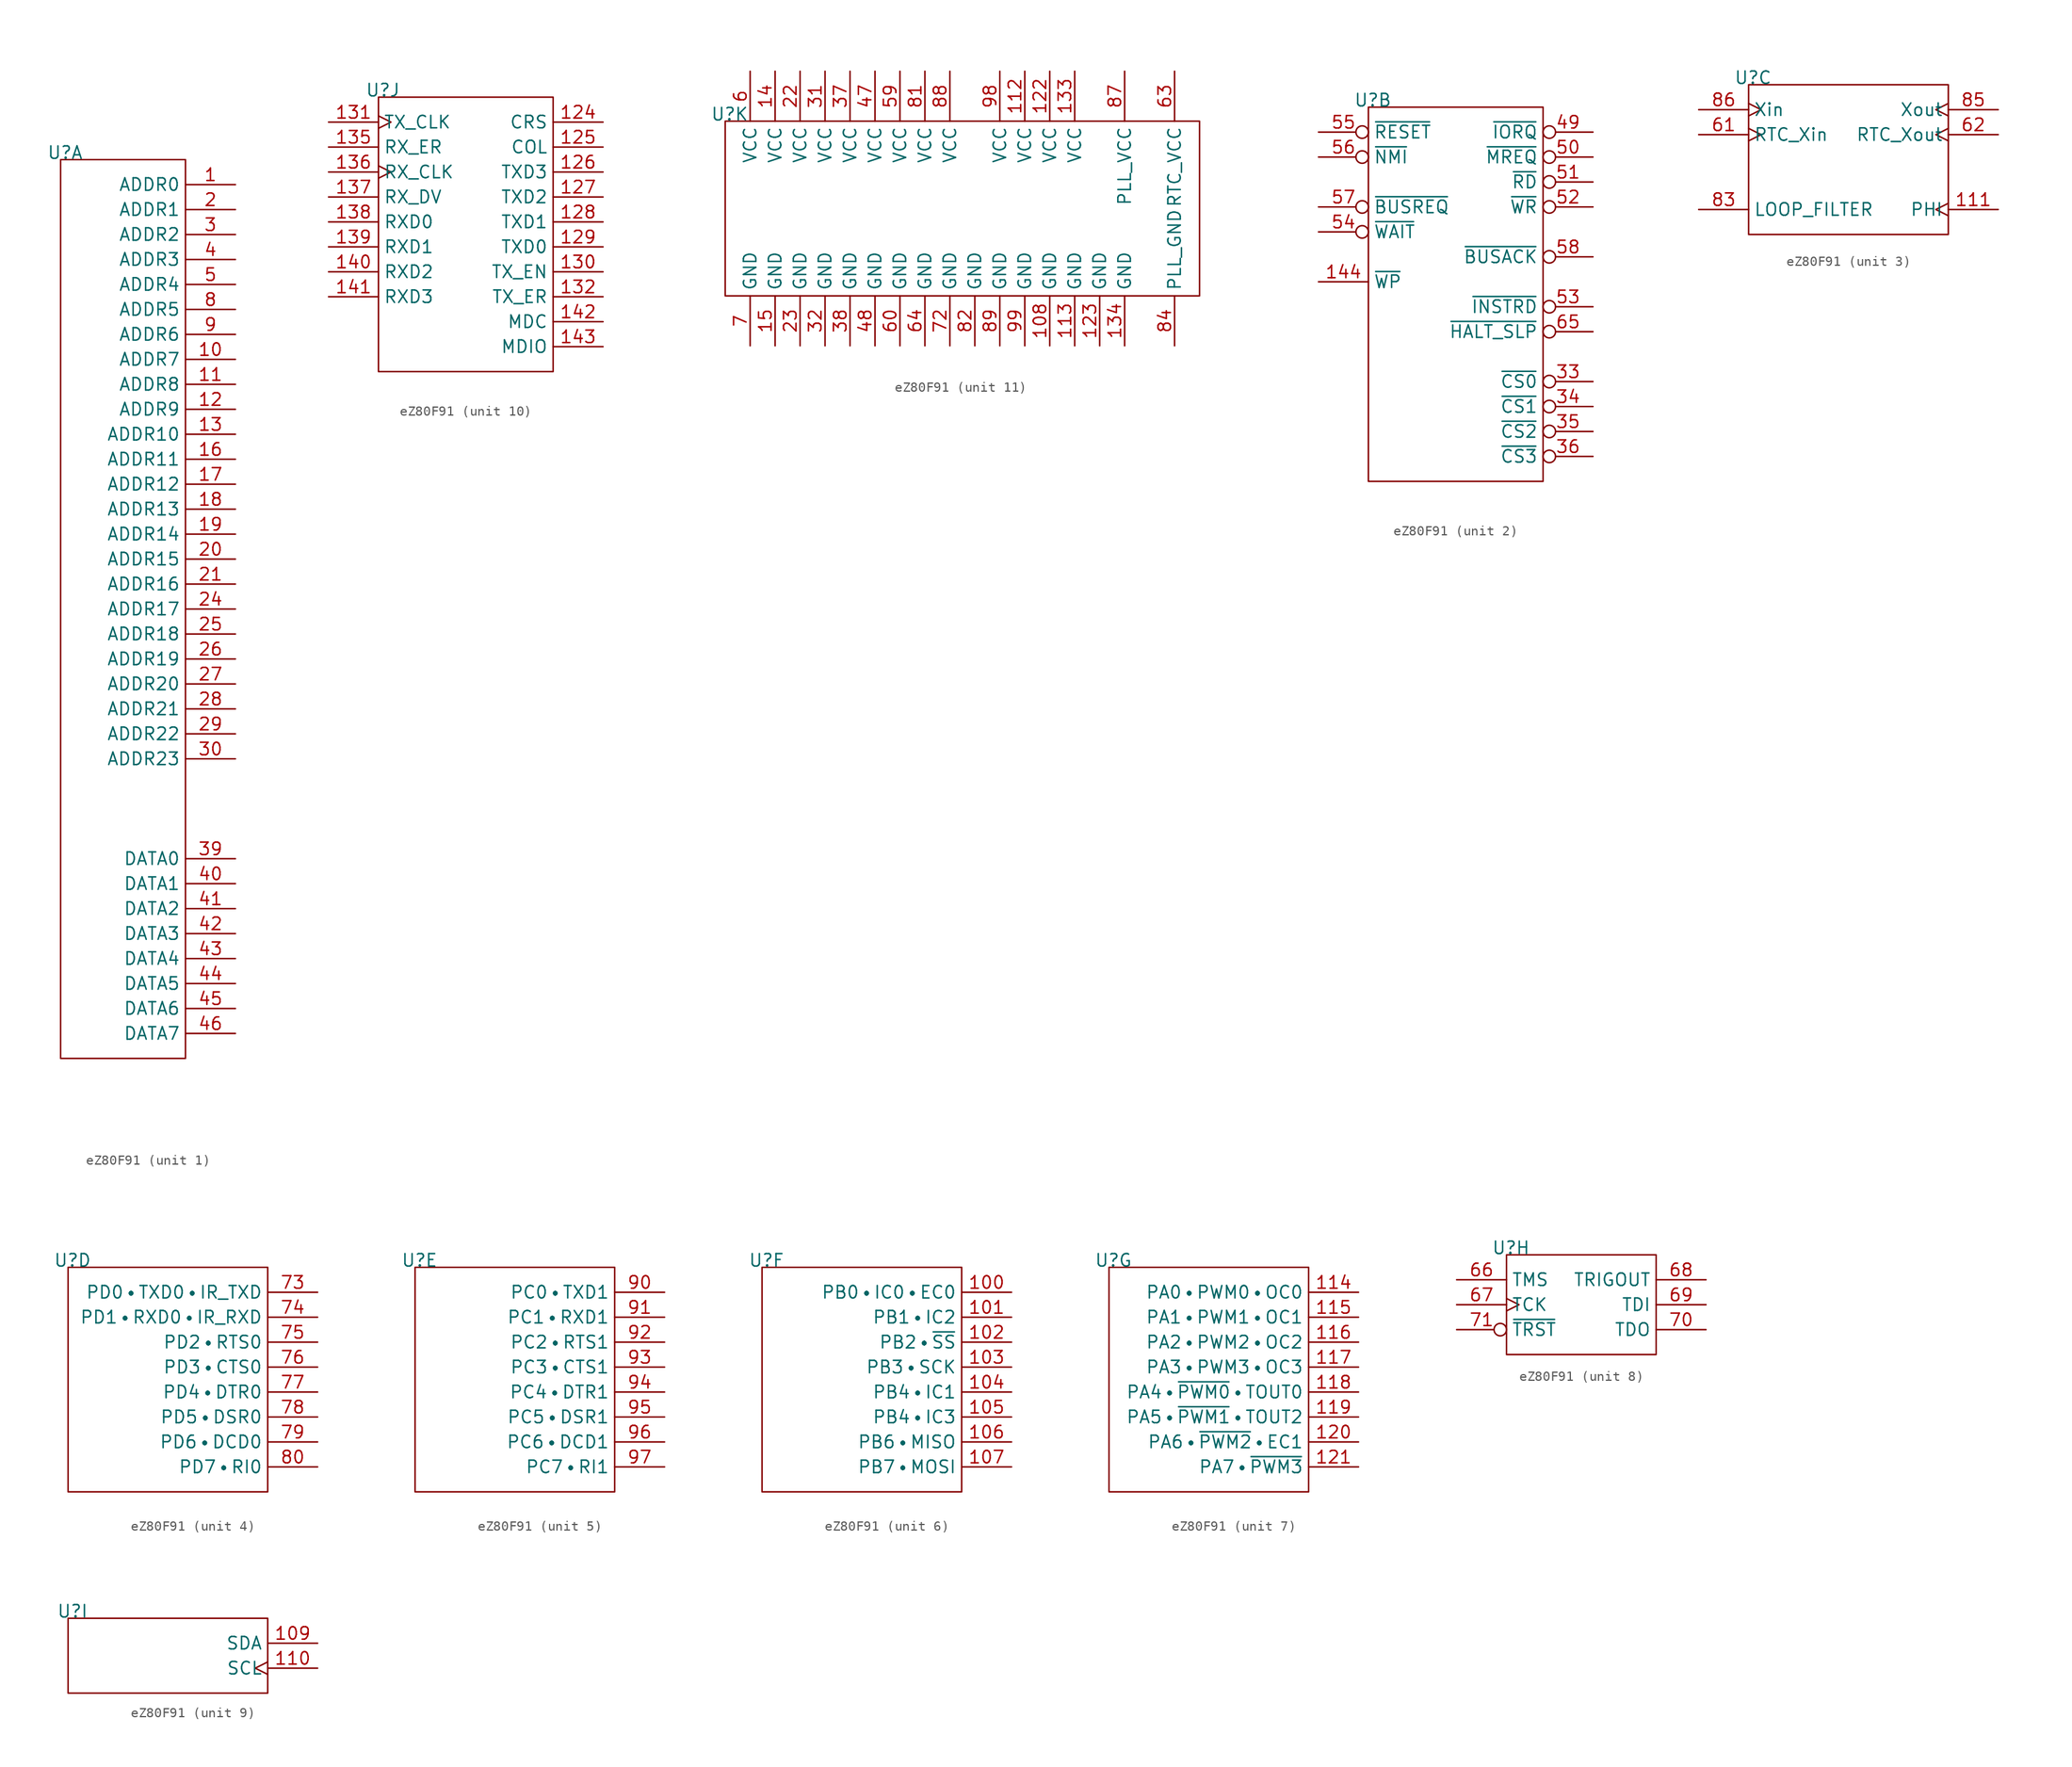
<source format=kicad_sym>
(kicad_symbol_lib
  (version 20220914)
  (generator kicad_symbol_editor)
  (symbol "eZ80F91"
    (property "Reference" "U"
      (at 0.453 0.71 0)
      (effects (font (size 1.27 1.27))))
    (property "Value" ""
      (at 2.54 2.54 0)
      (effects (font (size 1.27 1.27))))
    (property "ki_locked" ""
      (at 0 0 0)
      (effects (font (size 1.27 1.27))))
    (symbol "eZ80F91_1_1"
      (rectangle (start 0 0) (end 12.7 -91.44) (stroke (width 0) (type default)) (fill (type none)))
      (pin bidirectional line (at 17.78 -2.54 180) (length 5.08) (name "ADDR0" (effects (font (size 1.27 1.27)))) (number "1" (effects (font (size 1.27 1.27)))))
      (pin bidirectional line (at 17.78 -20.32 180) (length 5.08) (name "ADDR7" (effects (font (size 1.27 1.27)))) (number "10" (effects (font (size 1.27 1.27)))))
      (pin bidirectional line (at 17.78 -22.86 180) (length 5.08) (name "ADDR8" (effects (font (size 1.27 1.27)))) (number "11" (effects (font (size 1.27 1.27)))))
      (pin bidirectional line (at 17.78 -25.4 180) (length 5.08) (name "ADDR9" (effects (font (size 1.27 1.27)))) (number "12" (effects (font (size 1.27 1.27)))))
      (pin bidirectional line (at 17.78 -27.94 180) (length 5.08) (name "ADDR10" (effects (font (size 1.27 1.27)))) (number "13" (effects (font (size 1.27 1.27)))))
      (pin bidirectional line (at 17.78 -30.48 180) (length 5.08) (name "ADDR11" (effects (font (size 1.27 1.27)))) (number "16" (effects (font (size 1.27 1.27)))))
      (pin bidirectional line (at 17.78 -33.02 180) (length 5.08) (name "ADDR12" (effects (font (size 1.27 1.27)))) (number "17" (effects (font (size 1.27 1.27)))))
      (pin bidirectional line (at 17.78 -35.56 180) (length 5.08) (name "ADDR13" (effects (font (size 1.27 1.27)))) (number "18" (effects (font (size 1.27 1.27)))))
      (pin bidirectional line (at 17.78 -38.1 180) (length 5.08) (name "ADDR14" (effects (font (size 1.27 1.27)))) (number "19" (effects (font (size 1.27 1.27)))))
      (pin bidirectional line (at 17.78 -5.08 180) (length 5.08) (name "ADDR1" (effects (font (size 1.27 1.27)))) (number "2" (effects (font (size 1.27 1.27)))))
      (pin bidirectional line (at 17.78 -40.64 180) (length 5.08) (name "ADDR15" (effects (font (size 1.27 1.27)))) (number "20" (effects (font (size 1.27 1.27)))))
      (pin bidirectional line (at 17.78 -43.18 180) (length 5.08) (name "ADDR16" (effects (font (size 1.27 1.27)))) (number "21" (effects (font (size 1.27 1.27)))))
      (pin bidirectional line (at 17.78 -45.72 180) (length 5.08) (name "ADDR17" (effects (font (size 1.27 1.27)))) (number "24" (effects (font (size 1.27 1.27)))))
      (pin bidirectional line (at 17.78 -48.26 180) (length 5.08) (name "ADDR18" (effects (font (size 1.27 1.27)))) (number "25" (effects (font (size 1.27 1.27)))))
      (pin bidirectional line (at 17.78 -50.8 180) (length 5.08) (name "ADDR19" (effects (font (size 1.27 1.27)))) (number "26" (effects (font (size 1.27 1.27)))))
      (pin bidirectional line (at 17.78 -53.34 180) (length 5.08) (name "ADDR20" (effects (font (size 1.27 1.27)))) (number "27" (effects (font (size 1.27 1.27)))))
      (pin bidirectional line (at 17.78 -55.88 180) (length 5.08) (name "ADDR21" (effects (font (size 1.27 1.27)))) (number "28" (effects (font (size 1.27 1.27)))))
      (pin bidirectional line (at 17.78 -58.42 180) (length 5.08) (name "ADDR22" (effects (font (size 1.27 1.27)))) (number "29" (effects (font (size 1.27 1.27)))))
      (pin bidirectional line (at 17.78 -7.62 180) (length 5.08) (name "ADDR2" (effects (font (size 1.27 1.27)))) (number "3" (effects (font (size 1.27 1.27)))))
      (pin bidirectional line (at 17.78 -60.96 180) (length 5.08) (name "ADDR23" (effects (font (size 1.27 1.27)))) (number "30" (effects (font (size 1.27 1.27)))))
      (pin bidirectional line (at 17.78 -71.12 180) (length 5.08) (name "DATA0" (effects (font (size 1.27 1.27)))) (number "39" (effects (font (size 1.27 1.27)))))
      (pin bidirectional line (at 17.78 -10.16 180) (length 5.08) (name "ADDR3" (effects (font (size 1.27 1.27)))) (number "4" (effects (font (size 1.27 1.27)))))
      (pin bidirectional line (at 17.78 -73.66 180) (length 5.08) (name "DATA1" (effects (font (size 1.27 1.27)))) (number "40" (effects (font (size 1.27 1.27)))))
      (pin bidirectional line (at 17.78 -76.2 180) (length 5.08) (name "DATA2" (effects (font (size 1.27 1.27)))) (number "41" (effects (font (size 1.27 1.27)))))
      (pin bidirectional line (at 17.78 -78.74 180) (length 5.08) (name "DATA3" (effects (font (size 1.27 1.27)))) (number "42" (effects (font (size 1.27 1.27)))))
      (pin bidirectional line (at 17.78 -81.28 180) (length 5.08) (name "DATA4" (effects (font (size 1.27 1.27)))) (number "43" (effects (font (size 1.27 1.27)))))
      (pin bidirectional line (at 17.78 -83.82 180) (length 5.08) (name "DATA5" (effects (font (size 1.27 1.27)))) (number "44" (effects (font (size 1.27 1.27)))))
      (pin bidirectional line (at 17.78 -86.36 180) (length 5.08) (name "DATA6" (effects (font (size 1.27 1.27)))) (number "45" (effects (font (size 1.27 1.27)))))
      (pin bidirectional line (at 17.78 -88.9 180) (length 5.08) (name "DATA7" (effects (font (size 1.27 1.27)))) (number "46" (effects (font (size 1.27 1.27)))))
      (pin bidirectional line (at 17.78 -12.7 180) (length 5.08) (name "ADDR4" (effects (font (size 1.27 1.27)))) (number "5" (effects (font (size 1.27 1.27)))))
      (pin bidirectional line (at 17.78 -15.24 180) (length 5.08) (name "ADDR5" (effects (font (size 1.27 1.27)))) (number "8" (effects (font (size 1.27 1.27)))))
      (pin bidirectional line (at 17.78 -17.78 180) (length 5.08) (name "ADDR6" (effects (font (size 1.27 1.27)))) (number "9" (effects (font (size 1.27 1.27))))))
    (symbol "eZ80F91_2_1"
      (rectangle (start 0 0) (end 17.78 -38.1) (stroke (width 0) (type default)) (fill (type none)))
      (pin input line (at -5.08 -17.78 0) (length 5.08) (name "~{WP}" (effects (font (size 1.27 1.27)))) (number "144" (effects (font (size 1.27 1.27)))))
      (pin output inverted (at 22.86 -27.94 180) (length 5.08) (name "~{CS0}" (effects (font (size 1.27 1.27)))) (number "33" (effects (font (size 1.27 1.27)))))
      (pin output inverted (at 22.86 -30.48 180) (length 5.08) (name "~{CS1}" (effects (font (size 1.27 1.27)))) (number "34" (effects (font (size 1.27 1.27)))))
      (pin output inverted (at 22.86 -33.02 180) (length 5.08) (name "~{CS2}" (effects (font (size 1.27 1.27)))) (number "35" (effects (font (size 1.27 1.27)))))
      (pin output inverted (at 22.86 -35.56 180) (length 5.08) (name "~{CS3}" (effects (font (size 1.27 1.27)))) (number "36" (effects (font (size 1.27 1.27)))))
      (pin bidirectional inverted (at 22.86 -2.54 180) (length 5.08) (name "~{IORQ}" (effects (font (size 1.27 1.27)))) (number "49" (effects (font (size 1.27 1.27)))))
      (pin bidirectional inverted (at 22.86 -5.08 180) (length 5.08) (name "~{MREQ}" (effects (font (size 1.27 1.27)))) (number "50" (effects (font (size 1.27 1.27)))))
      (pin bidirectional inverted (at 22.86 -7.62 180) (length 5.08) (name "~{RD}" (effects (font (size 1.27 1.27)))) (number "51" (effects (font (size 1.27 1.27)))))
      (pin bidirectional inverted (at 22.86 -10.16 180) (length 5.08) (name "~{WR}" (effects (font (size 1.27 1.27)))) (number "52" (effects (font (size 1.27 1.27)))))
      (pin output inverted (at 22.86 -20.32 180) (length 5.08) (name "~{INSTRD}" (effects (font (size 1.27 1.27)))) (number "53" (effects (font (size 1.27 1.27)))))
      (pin input inverted (at -5.08 -12.7 0) (length 5.08) (name "~{WAIT}" (effects (font (size 1.27 1.27)))) (number "54" (effects (font (size 1.27 1.27)))))
      (pin bidirectional inverted (at -5.08 -2.54 0) (length 5.08) (name "~{RESET}" (effects (font (size 1.27 1.27)))) (number "55" (effects (font (size 1.27 1.27)))))
      (pin input inverted (at -5.08 -5.08 0) (length 5.08) (name "~{NMI}" (effects (font (size 1.27 1.27)))) (number "56" (effects (font (size 1.27 1.27)))))
      (pin input inverted (at -5.08 -10.16 0) (length 5.08) (name "~{BUSREQ}" (effects (font (size 1.27 1.27)))) (number "57" (effects (font (size 1.27 1.27)))))
      (pin output inverted (at 22.86 -15.24 180) (length 5.08) (name "~{BUSACK}" (effects (font (size 1.27 1.27)))) (number "58" (effects (font (size 1.27 1.27)))))
      (pin output inverted (at 22.86 -22.86 180) (length 5.08) (name "~{HALT_SLP}" (effects (font (size 1.27 1.27)))) (number "65" (effects (font (size 1.27 1.27))))))
    (symbol "eZ80F91_3_1"
      (rectangle (start 0 0) (end 20.32 -15.24) (stroke (width 0) (type default)) (fill (type none)))
      (pin output clock (at 25.4 -12.7 180) (length 5.08) (name "PHI" (effects (font (size 1.27 1.27)))) (number "111" (effects (font (size 1.27 1.27)))))
      (pin input clock (at -5.08 -5.08 0) (length 5.08) (name "RTC_Xin" (effects (font (size 1.27 1.27)))) (number "61" (effects (font (size 1.27 1.27)))))
      (pin bidirectional clock (at 25.4 -5.08 180) (length 5.08) (name "RTC_Xout" (effects (font (size 1.27 1.27)))) (number "62" (effects (font (size 1.27 1.27)))))
      (pin unspecified line (at -5.08 -12.7 0) (length 5.08) (name "LOOP_FILTER" (effects (font (size 1.27 1.27)))) (number "83" (effects (font (size 1.27 1.27)))))
      (pin output clock (at 25.4 -2.54 180) (length 5.08) (name "Xout" (effects (font (size 1.27 1.27)))) (number "85" (effects (font (size 1.27 1.27)))))
      (pin input clock (at -5.08 -2.54 0) (length 5.08) (name "Xin" (effects (font (size 1.27 1.27)))) (number "86" (effects (font (size 1.27 1.27))))))
    (symbol "eZ80F91_4_1"
      (rectangle (start 0 0) (end 20.32 -22.86) (stroke (width 0) (type default)) (fill (type none)))
      (pin bidirectional line (at 25.4 -2.54 180) (length 5.08) (name "PD0•TXD0•IR_TXD" (effects (font (size 1.27 1.27)))) (number "73" (effects (font (size 1.27 1.27)))))
      (pin bidirectional line (at 25.4 -5.08 180) (length 5.08) (name "PD1•RXD0•IR_RXD" (effects (font (size 1.27 1.27)))) (number "74" (effects (font (size 1.27 1.27)))))
      (pin bidirectional line (at 25.4 -7.62 180) (length 5.08) (name "PD2•RTS0" (effects (font (size 1.27 1.27)))) (number "75" (effects (font (size 1.27 1.27)))))
      (pin bidirectional line (at 25.4 -10.16 180) (length 5.08) (name "PD3•CTS0" (effects (font (size 1.27 1.27)))) (number "76" (effects (font (size 1.27 1.27)))))
      (pin bidirectional line (at 25.4 -12.7 180) (length 5.08) (name "PD4•DTR0" (effects (font (size 1.27 1.27)))) (number "77" (effects (font (size 1.27 1.27)))))
      (pin bidirectional line (at 25.4 -15.24 180) (length 5.08) (name "PD5•DSR0" (effects (font (size 1.27 1.27)))) (number "78" (effects (font (size 1.27 1.27)))))
      (pin bidirectional line (at 25.4 -17.78 180) (length 5.08) (name "PD6•DCD0" (effects (font (size 1.27 1.27)))) (number "79" (effects (font (size 1.27 1.27)))))
      (pin bidirectional line (at 25.4 -20.32 180) (length 5.08) (name "PD7•RI0" (effects (font (size 1.27 1.27)))) (number "80" (effects (font (size 1.27 1.27))))))
    (symbol "eZ80F91_5_1"
      (rectangle (start 0 0) (end 20.32 -22.86) (stroke (width 0) (type default)) (fill (type none)))
      (pin bidirectional line (at 25.4 -2.54 180) (length 5.08) (name "PC0•TXD1" (effects (font (size 1.27 1.27)))) (number "90" (effects (font (size 1.27 1.27)))))
      (pin bidirectional line (at 25.4 -5.08 180) (length 5.08) (name "PC1•RXD1" (effects (font (size 1.27 1.27)))) (number "91" (effects (font (size 1.27 1.27)))))
      (pin bidirectional line (at 25.4 -7.62 180) (length 5.08) (name "PC2•RTS1" (effects (font (size 1.27 1.27)))) (number "92" (effects (font (size 1.27 1.27)))))
      (pin bidirectional line (at 25.4 -10.16 180) (length 5.08) (name "PC3•CTS1" (effects (font (size 1.27 1.27)))) (number "93" (effects (font (size 1.27 1.27)))))
      (pin bidirectional line (at 25.4 -12.7 180) (length 5.08) (name "PC4•DTR1" (effects (font (size 1.27 1.27)))) (number "94" (effects (font (size 1.27 1.27)))))
      (pin bidirectional line (at 25.4 -15.24 180) (length 5.08) (name "PC5•DSR1" (effects (font (size 1.27 1.27)))) (number "95" (effects (font (size 1.27 1.27)))))
      (pin bidirectional line (at 25.4 -17.78 180) (length 5.08) (name "PC6•DCD1" (effects (font (size 1.27 1.27)))) (number "96" (effects (font (size 1.27 1.27)))))
      (pin bidirectional line (at 25.4 -20.32 180) (length 5.08) (name "PC7•RI1" (effects (font (size 1.27 1.27)))) (number "97" (effects (font (size 1.27 1.27))))))
    (symbol "eZ80F91_6_1"
      (rectangle (start 0 0) (end 20.32 -22.86) (stroke (width 0) (type default)) (fill (type none)))
      (pin bidirectional line (at 25.4 -2.54 180) (length 5.08) (name "PB0•IC0•EC0" (effects (font (size 1.27 1.27)))) (number "100" (effects (font (size 1.27 1.27)))))
      (pin bidirectional line (at 25.4 -5.08 180) (length 5.08) (name "PB1•IC2" (effects (font (size 1.27 1.27)))) (number "101" (effects (font (size 1.27 1.27)))))
      (pin bidirectional line (at 25.4 -7.62 180) (length 5.08) (name "PB2•~{SS}" (effects (font (size 1.27 1.27)))) (number "102" (effects (font (size 1.27 1.27)))))
      (pin bidirectional line (at 25.4 -10.16 180) (length 5.08) (name "PB3•SCK" (effects (font (size 1.27 1.27)))) (number "103" (effects (font (size 1.27 1.27)))))
      (pin bidirectional line (at 25.4 -12.7 180) (length 5.08) (name "PB4•IC1" (effects (font (size 1.27 1.27)))) (number "104" (effects (font (size 1.27 1.27)))))
      (pin bidirectional line (at 25.4 -15.24 180) (length 5.08) (name "PB4•IC3" (effects (font (size 1.27 1.27)))) (number "105" (effects (font (size 1.27 1.27)))))
      (pin bidirectional line (at 25.4 -17.78 180) (length 5.08) (name "PB6•MISO" (effects (font (size 1.27 1.27)))) (number "106" (effects (font (size 1.27 1.27)))))
      (pin bidirectional line (at 25.4 -20.32 180) (length 5.08) (name "PB7•MOSI" (effects (font (size 1.27 1.27)))) (number "107" (effects (font (size 1.27 1.27))))))
    (symbol "eZ80F91_7_1"
      (rectangle (start 0 0) (end 20.32 -22.86) (stroke (width 0) (type default)) (fill (type none)))
      (pin bidirectional line (at 25.4 -2.54 180) (length 5.08) (name "PA0•PWM0•OC0" (effects (font (size 1.27 1.27)))) (number "114" (effects (font (size 1.27 1.27)))))
      (pin bidirectional line (at 25.4 -5.08 180) (length 5.08) (name "PA1•PWM1•OC1" (effects (font (size 1.27 1.27)))) (number "115" (effects (font (size 1.27 1.27)))))
      (pin bidirectional line (at 25.4 -7.62 180) (length 5.08) (name "PA2•PWM2•OC2" (effects (font (size 1.27 1.27)))) (number "116" (effects (font (size 1.27 1.27)))))
      (pin bidirectional line (at 25.4 -10.16 180) (length 5.08) (name "PA3•PWM3•OC3" (effects (font (size 1.27 1.27)))) (number "117" (effects (font (size 1.27 1.27)))))
      (pin bidirectional line (at 25.4 -12.7 180) (length 5.08) (name "PA4•~{PWM0}•TOUT0" (effects (font (size 1.27 1.27)))) (number "118" (effects (font (size 1.27 1.27)))))
      (pin bidirectional line (at 25.4 -15.24 180) (length 5.08) (name "PA5•~{PWM1}•TOUT2" (effects (font (size 1.27 1.27)))) (number "119" (effects (font (size 1.27 1.27)))))
      (pin bidirectional line (at 25.4 -17.78 180) (length 5.08) (name "PA6•~{PWM2}•EC1" (effects (font (size 1.27 1.27)))) (number "120" (effects (font (size 1.27 1.27)))))
      (pin bidirectional line (at 25.4 -20.32 180) (length 5.08) (name "PA7•~{PWM3}" (effects (font (size 1.27 1.27)))) (number "121" (effects (font (size 1.27 1.27))))))
    (symbol "eZ80F91_8_1"
      (rectangle (start 0 0) (end 15.24 -10.16) (stroke (width 0) (type default)) (fill (type none)))
      (pin input line (at -5.08 -2.54 0) (length 5.08) (name "TMS" (effects (font (size 1.27 1.27)))) (number "66" (effects (font (size 1.27 1.27)))))
      (pin input clock (at -5.08 -5.08 0) (length 5.08) (name "TCK" (effects (font (size 1.27 1.27)))) (number "67" (effects (font (size 1.27 1.27)))))
      (pin output line (at 20.32 -2.54 180) (length 5.08) (name "TRIGOUT" (effects (font (size 1.27 1.27)))) (number "68" (effects (font (size 1.27 1.27)))))
      (pin bidirectional line (at 20.32 -5.08 180) (length 5.08) (name "TDI" (effects (font (size 1.27 1.27)))) (number "69" (effects (font (size 1.27 1.27)))))
      (pin output line (at 20.32 -7.62 180) (length 5.08) (name "TDO" (effects (font (size 1.27 1.27)))) (number "70" (effects (font (size 1.27 1.27)))))
      (pin input inverted (at -5.08 -7.62 0) (length 5.08) (name "~{TRST}" (effects (font (size 1.27 1.27)))) (number "71" (effects (font (size 1.27 1.27))))))
    (symbol "eZ80F91_9_1"
      (rectangle (start 0 0) (end 20.32 -7.62) (stroke (width 0) (type default)) (fill (type none)))
      (pin bidirectional line (at 25.4 -2.54 180) (length 5.08) (name "SDA" (effects (font (size 1.27 1.27)))) (number "109" (effects (font (size 1.27 1.27)))))
      (pin bidirectional clock (at 25.4 -5.08 180) (length 5.08) (name "SCL" (effects (font (size 1.27 1.27)))) (number "110" (effects (font (size 1.27 1.27))))))
    (symbol "eZ80F91_10_1"
      (rectangle (start 0 0) (end 17.78 -27.94) (stroke (width 0) (type default)) (fill (type none)))
      (pin input line (at 22.86 -2.54 180) (length 5.08) (name "CRS" (effects (font (size 1.27 1.27)))) (number "124" (effects (font (size 1.27 1.27)))))
      (pin input line (at 22.86 -5.08 180) (length 5.08) (name "COL" (effects (font (size 1.27 1.27)))) (number "125" (effects (font (size 1.27 1.27)))))
      (pin output line (at 22.86 -7.62 180) (length 5.08) (name "TXD3" (effects (font (size 1.27 1.27)))) (number "126" (effects (font (size 1.27 1.27)))))
      (pin output line (at 22.86 -10.16 180) (length 5.08) (name "TXD2" (effects (font (size 1.27 1.27)))) (number "127" (effects (font (size 1.27 1.27)))))
      (pin output line (at 22.86 -12.7 180) (length 5.08) (name "TXD1" (effects (font (size 1.27 1.27)))) (number "128" (effects (font (size 1.27 1.27)))))
      (pin output line (at 22.86 -15.24 180) (length 5.08) (name "TXD0" (effects (font (size 1.27 1.27)))) (number "129" (effects (font (size 1.27 1.27)))))
      (pin output line (at 22.86 -17.78 180) (length 5.08) (name "TX_EN" (effects (font (size 1.27 1.27)))) (number "130" (effects (font (size 1.27 1.27)))))
      (pin input clock (at -5.08 -2.54 0) (length 5.08) (name "TX_CLK" (effects (font (size 1.27 1.27)))) (number "131" (effects (font (size 1.27 1.27)))))
      (pin output line (at 22.86 -20.32 180) (length 5.08) (name "TX_ER" (effects (font (size 1.27 1.27)))) (number "132" (effects (font (size 1.27 1.27)))))
      (pin input line (at -5.08 -5.08 0) (length 5.08) (name "RX_ER" (effects (font (size 1.27 1.27)))) (number "135" (effects (font (size 1.27 1.27)))))
      (pin input clock (at -5.08 -7.62 0) (length 5.08) (name "RX_CLK" (effects (font (size 1.27 1.27)))) (number "136" (effects (font (size 1.27 1.27)))))
      (pin input line (at -5.08 -10.16 0) (length 5.08) (name "RX_DV" (effects (font (size 1.27 1.27)))) (number "137" (effects (font (size 1.27 1.27)))))
      (pin input line (at -5.08 -12.7 0) (length 5.08) (name "RXD0" (effects (font (size 1.27 1.27)))) (number "138" (effects (font (size 1.27 1.27)))))
      (pin input line (at -5.08 -15.24 0) (length 5.08) (name "RXD1" (effects (font (size 1.27 1.27)))) (number "139" (effects (font (size 1.27 1.27)))))
      (pin input line (at -5.08 -17.78 0) (length 5.08) (name "RXD2" (effects (font (size 1.27 1.27)))) (number "140" (effects (font (size 1.27 1.27)))))
      (pin input line (at -5.08 -20.32 0) (length 5.08) (name "RXD3" (effects (font (size 1.27 1.27)))) (number "141" (effects (font (size 1.27 1.27)))))
      (pin output line (at 22.86 -22.86 180) (length 5.08) (name "MDC" (effects (font (size 1.27 1.27)))) (number "142" (effects (font (size 1.27 1.27)))))
      (pin bidirectional line (at 22.86 -25.4 180) (length 5.08) (name "MDIO" (effects (font (size 1.27 1.27)))) (number "143" (effects (font (size 1.27 1.27))))))
    (symbol "eZ80F91_11_1"
      (rectangle (start 0 0) (end 48.26 -17.78) (stroke (width 0) (type default)) (fill (type none)))
      (pin power_in line (at 33.02 -22.86 90) (length 5.08) (name "GND" (effects (font (size 1.27 1.27)))) (number "108" (effects (font (size 1.27 1.27)))))
      (pin power_in line (at 30.48 5.08 270) (length 5.08) (name "VCC" (effects (font (size 1.27 1.27)))) (number "112" (effects (font (size 1.27 1.27)))))
      (pin power_in line (at 35.56 -22.86 90) (length 5.08) (name "GND" (effects (font (size 1.27 1.27)))) (number "113" (effects (font (size 1.27 1.27)))))
      (pin power_in line (at 33.02 5.08 270) (length 5.08) (name "VCC" (effects (font (size 1.27 1.27)))) (number "122" (effects (font (size 1.27 1.27)))))
      (pin power_in line (at 38.1 -22.86 90) (length 5.08) (name "GND" (effects (font (size 1.27 1.27)))) (number "123" (effects (font (size 1.27 1.27)))))
      (pin power_in line (at 35.56 5.08 270) (length 5.08) (name "VCC" (effects (font (size 1.27 1.27)))) (number "133" (effects (font (size 1.27 1.27)))))
      (pin power_in line (at 40.64 -22.86 90) (length 5.08) (name "GND" (effects (font (size 1.27 1.27)))) (number "134" (effects (font (size 1.27 1.27)))))
      (pin power_in line (at 5.08 5.08 270) (length 5.08) (name "VCC" (effects (font (size 1.27 1.27)))) (number "14" (effects (font (size 1.27 1.27)))))
      (pin power_in line (at 5.08 -22.86 90) (length 5.08) (name "GND" (effects (font (size 1.27 1.27)))) (number "15" (effects (font (size 1.27 1.27)))))
      (pin power_in line (at 7.62 5.08 270) (length 5.08) (name "VCC" (effects (font (size 1.27 1.27)))) (number "22" (effects (font (size 1.27 1.27)))))
      (pin power_in line (at 7.62 -22.86 90) (length 5.08) (name "GND" (effects (font (size 1.27 1.27)))) (number "23" (effects (font (size 1.27 1.27)))))
      (pin power_in line (at 10.16 5.08 270) (length 5.08) (name "VCC" (effects (font (size 1.27 1.27)))) (number "31" (effects (font (size 1.27 1.27)))))
      (pin power_in line (at 10.16 -22.86 90) (length 5.08) (name "GND" (effects (font (size 1.27 1.27)))) (number "32" (effects (font (size 1.27 1.27)))))
      (pin power_in line (at 12.7 5.08 270) (length 5.08) (name "VCC" (effects (font (size 1.27 1.27)))) (number "37" (effects (font (size 1.27 1.27)))))
      (pin power_in line (at 12.7 -22.86 90) (length 5.08) (name "GND" (effects (font (size 1.27 1.27)))) (number "38" (effects (font (size 1.27 1.27)))))
      (pin power_in line (at 15.24 5.08 270) (length 5.08) (name "VCC" (effects (font (size 1.27 1.27)))) (number "47" (effects (font (size 1.27 1.27)))))
      (pin power_in line (at 15.24 -22.86 90) (length 5.08) (name "GND" (effects (font (size 1.27 1.27)))) (number "48" (effects (font (size 1.27 1.27)))))
      (pin power_in line (at 17.78 5.08 270) (length 5.08) (name "VCC" (effects (font (size 1.27 1.27)))) (number "59" (effects (font (size 1.27 1.27)))))
      (pin power_in line (at 2.54 5.08 270) (length 5.08) (name "VCC" (effects (font (size 1.27 1.27)))) (number "6" (effects (font (size 1.27 1.27)))))
      (pin power_in line (at 17.78 -22.86 90) (length 5.08) (name "GND" (effects (font (size 1.27 1.27)))) (number "60" (effects (font (size 1.27 1.27)))))
      (pin power_in line (at 45.72 5.08 270) (length 5.08) (name "RTC_VCC" (effects (font (size 1.27 1.27)))) (number "63" (effects (font (size 1.27 1.27)))))
      (pin power_in line (at 20.32 -22.86 90) (length 5.08) (name "GND" (effects (font (size 1.27 1.27)))) (number "64" (effects (font (size 1.27 1.27)))))
      (pin power_in line (at 2.54 -22.86 90) (length 5.08) (name "GND" (effects (font (size 1.27 1.27)))) (number "7" (effects (font (size 1.27 1.27)))))
      (pin power_in line (at 22.86 -22.86 90) (length 5.08) (name "GND" (effects (font (size 1.27 1.27)))) (number "72" (effects (font (size 1.27 1.27)))))
      (pin power_in line (at 20.32 5.08 270) (length 5.08) (name "VCC" (effects (font (size 1.27 1.27)))) (number "81" (effects (font (size 1.27 1.27)))))
      (pin power_in line (at 25.4 -22.86 90) (length 5.08) (name "GND" (effects (font (size 1.27 1.27)))) (number "82" (effects (font (size 1.27 1.27)))))
      (pin power_in line (at 45.72 -22.86 90) (length 5.08) (name "PLL_GND" (effects (font (size 1.27 1.27)))) (number "84" (effects (font (size 1.27 1.27)))))
      (pin power_in line (at 40.64 5.08 270) (length 5.08) (name "PLL_VCC" (effects (font (size 1.27 1.27)))) (number "87" (effects (font (size 1.27 1.27)))))
      (pin power_in line (at 22.86 5.08 270) (length 5.08) (name "VCC" (effects (font (size 1.27 1.27)))) (number "88" (effects (font (size 1.27 1.27)))))
      (pin power_in line (at 27.94 -22.86 90) (length 5.08) (name "GND" (effects (font (size 1.27 1.27)))) (number "89" (effects (font (size 1.27 1.27)))))
      (pin power_in line (at 27.94 5.08 270) (length 5.08) (name "VCC" (effects (font (size 1.27 1.27)))) (number "98" (effects (font (size 1.27 1.27)))))
      (pin power_in line (at 30.48 -22.86 90) (length 5.08) (name "GND" (effects (font (size 1.27 1.27)))) (number "99" (effects (font (size 1.27 1.27))))))))
</source>
